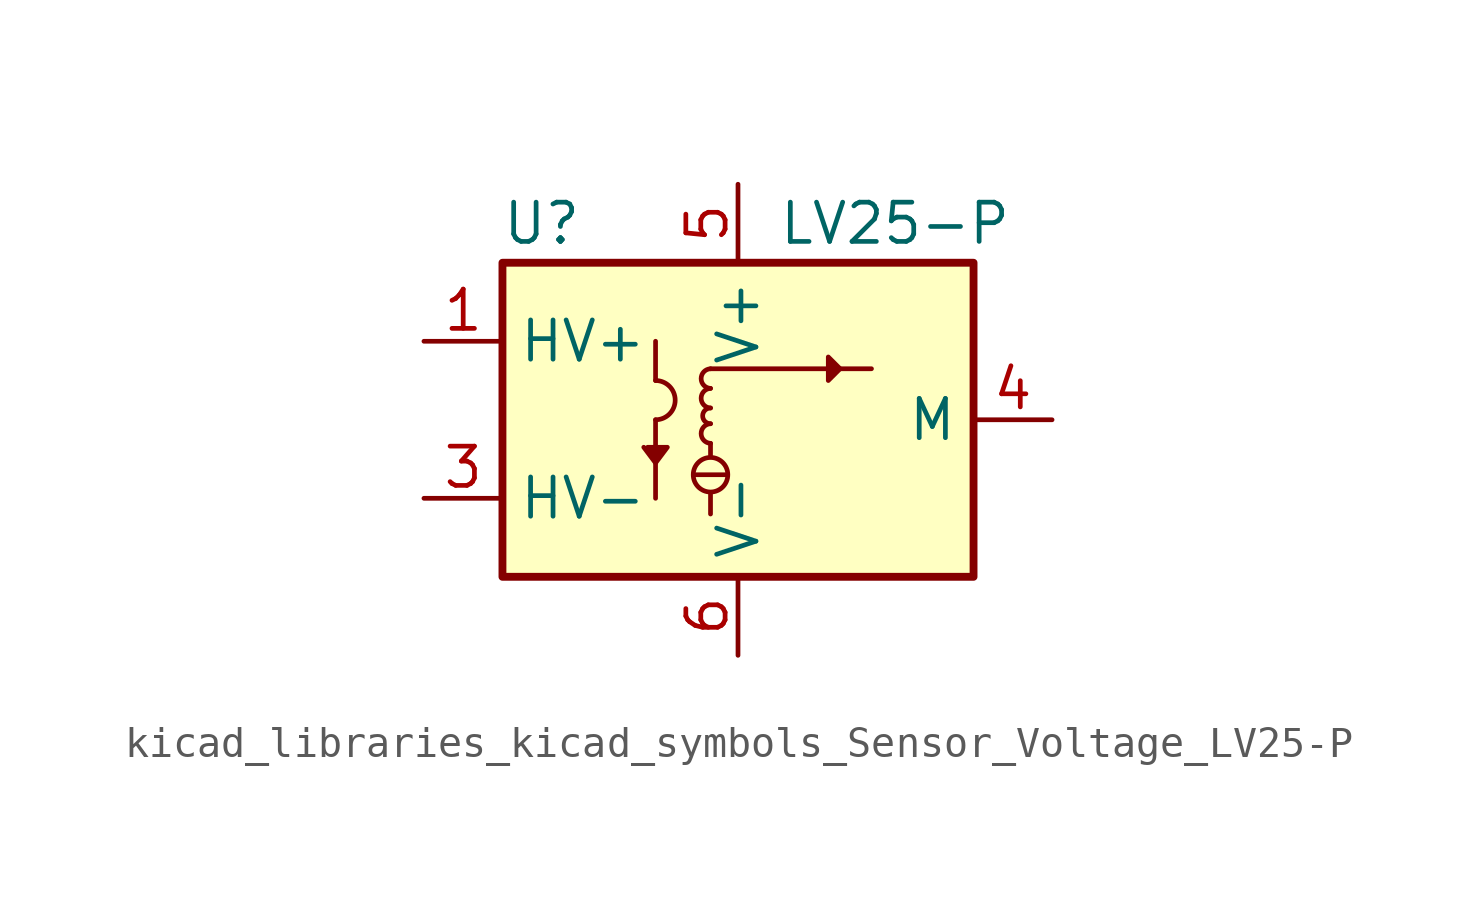
<source format=kicad_sym>
(kicad_symbol_lib
  (version 20220914)
  (generator kicad_symbol_editor)
  (symbol "kicad_libraries_kicad_symbols_Sensor_Voltage_LV25-P"
    (property "Reference" "U"
      (at -6.35 6.35 0)
      (effects (font (size 1.27 1.27))))
    (property "Value" "LV25-P"
      (at 5.08 6.35 0)
      (effects (font (size 1.27 1.27))))
    (symbol "kicad_libraries_kicad_symbols_Sensor_Voltage_LV25-P_0_1"
      (arc (start -2.667 0) (mid -2.0347 0.635) (end -2.667 1.27) (stroke (width 0) (type default)) (fill (type none)))
      (circle (center -0.889 -1.778) (radius 0.559) (stroke (width 0) (type default)) (fill (type none)))
      (arc (start -0.889 -0.127) (mid -1.1938 -0.4318) (end -0.889 -0.762) (stroke (width 0) (type default)) (fill (type none)))
      (arc (start -0.889 0.381) (mid -1.1419 0.127) (end -0.889 -0.127) (stroke (width 0) (type default)) (fill (type none)))
      (arc (start -0.889 1.016) (mid -1.1938 0.7112) (end -0.889 0.381) (stroke (width 0) (type default)) (fill (type none)))
      (arc (start -0.889 1.651) (mid -1.1938 1.3462) (end -0.889 1.016) (stroke (width 0) (type default)) (fill (type none)))
      (polyline (pts (xy -2.667 0) (xy -2.667 -2.54)) (stroke (width 0) (type default)) (fill (type none)))
      (polyline (pts (xy -2.667 2.54) (xy -2.667 1.27)) (stroke (width 0) (type default)) (fill (type none)))
      (polyline (pts (xy -1.397 -1.778) (xy -0.381 -1.778)) (stroke (width 0) (type default)) (fill (type none)))
      (polyline (pts (xy -0.889 -2.413) (xy -0.889 -3.048)) (stroke (width 0) (type default)) (fill (type none)))
      (polyline (pts (xy -0.889 -1.143) (xy -0.889 -0.762)) (stroke (width 0) (type default)) (fill (type none)))
      (polyline (pts (xy -0.889 1.651) (xy 4.318 1.651)) (stroke (width 0) (type default)) (fill (type none)))
      (polyline (pts (xy -2.921 -0.889) (xy -2.286 -0.889) (xy -2.667 -1.397) (xy -3.048 -0.889)) (stroke (width 0) (type default)) (fill (type outline)))
      (polyline (pts (xy 3.302 1.651) (xy 2.921 2.032) (xy 2.921 1.27) (xy 3.302 1.651)) (stroke (width 0) (type default)) (fill (type outline)))
      (rectangle (start 7.62 -5.08) (end -7.62 5.08) (stroke (width 0.254) (type default)) (fill (type background))))
    (symbol "kicad_libraries_kicad_symbols_Sensor_Voltage_LV25-P_1_1"
      (pin input line (at -10.16 2.54 0) (length 2.54) (name "HV+" (effects (font (size 1.27 1.27)))) (number "1" (effects (font (size 1.27 1.27)))))
      (pin input line (at -10.16 -2.54 0) (length 2.54) (name "HV-" (effects (font (size 1.27 1.27)))) (number "3" (effects (font (size 1.27 1.27)))))
      (pin output line (at 10.16 0 180) (length 2.54) (name "M" (effects (font (size 1.27 1.27)))) (number "4" (effects (font (size 1.27 1.27)))))
      (pin power_in line (at 0 7.62 270) (length 2.54) (name "V+" (effects (font (size 1.27 1.27)))) (number "5" (effects (font (size 1.27 1.27)))))
      (pin power_in line (at 0 -7.62 90) (length 2.54) (name "V-" (effects (font (size 1.27 1.27)))) (number "6" (effects (font (size 1.27 1.27))))))))
</source>
